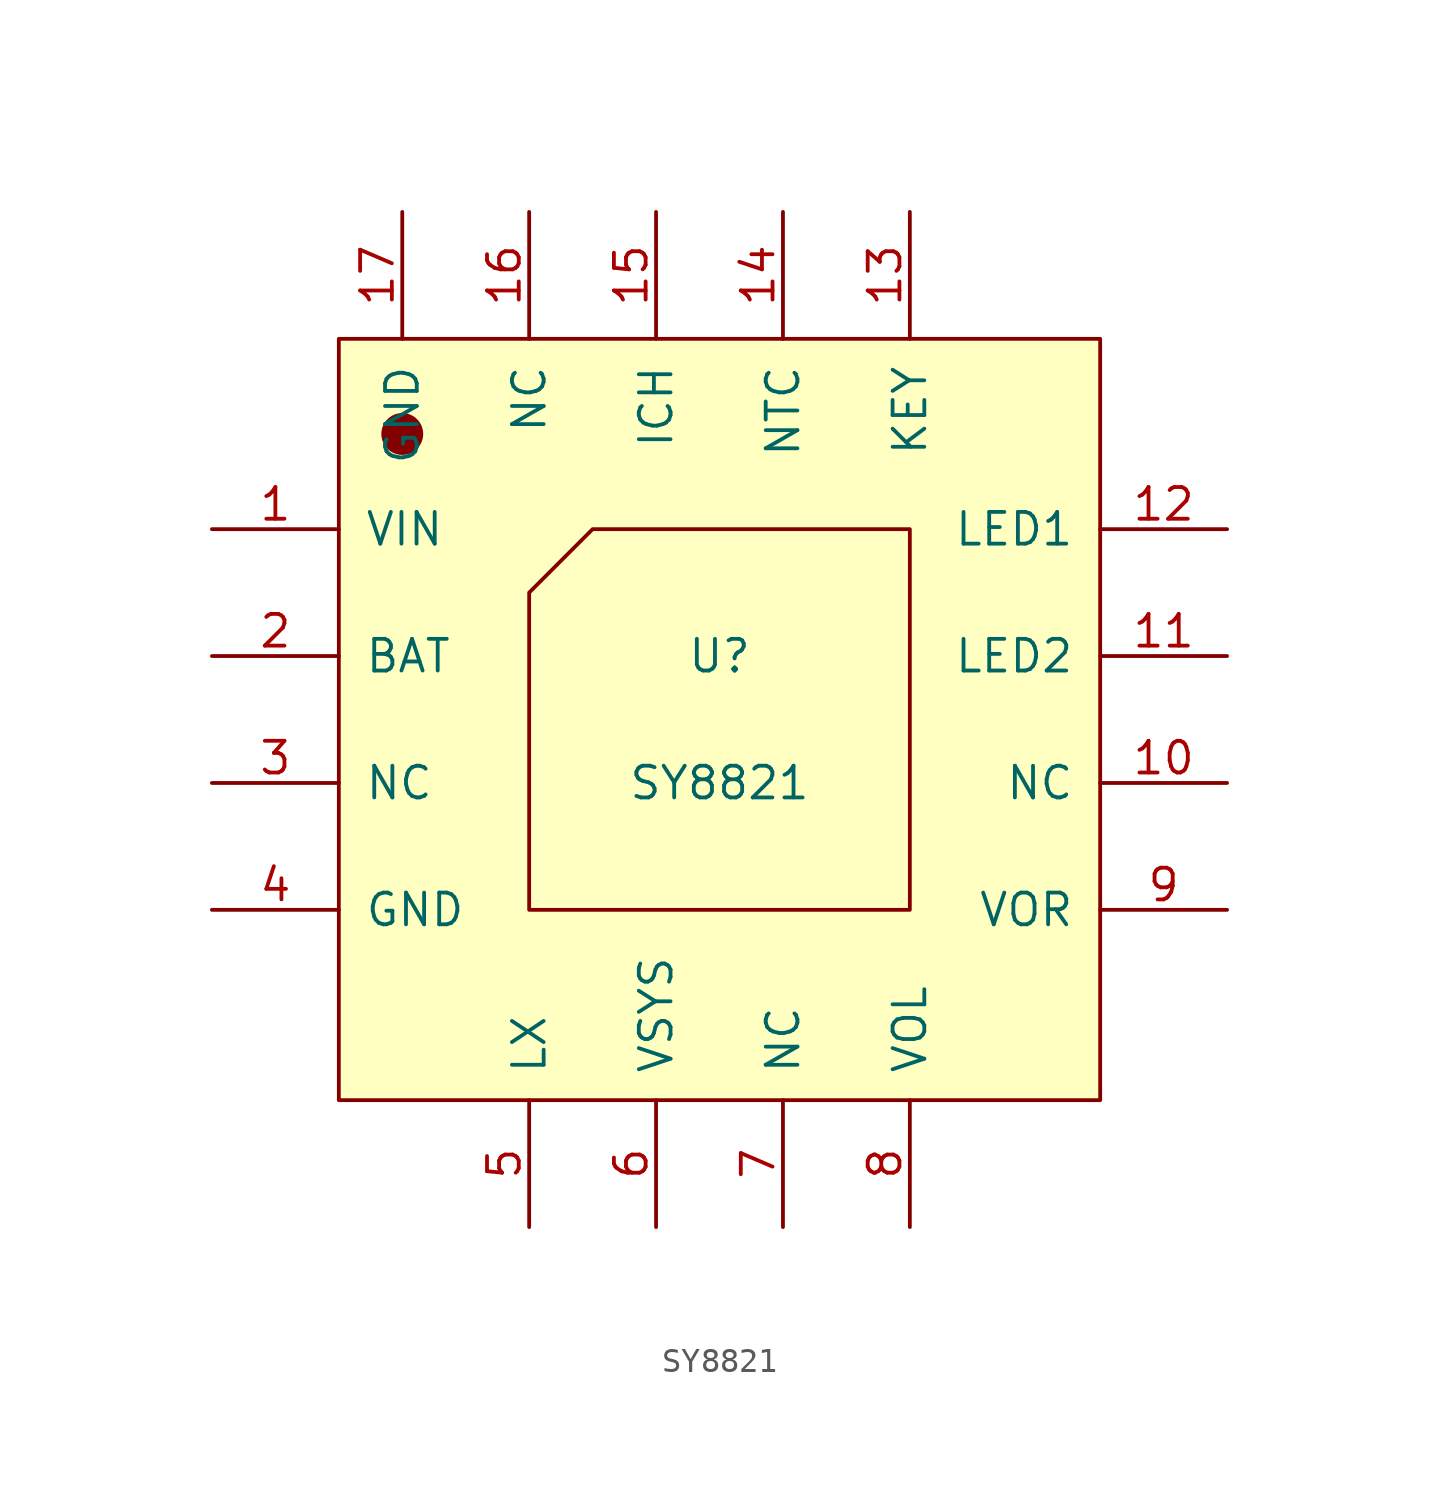
<source format=kicad_sym>
(kicad_symbol_lib
  (version 20220914)
  (generator kicad_symbol_editor)
  (symbol "SY8821"
    (pin_names
      (offset 1.016))
    (property "Reference" "U"
      (at 0 2.54 0)
      (effects (font (size 1.27 1.27))))
    (property "Value" "SY8821"
      (at 0 -2.54 0)
      (effects (font (size 1.27 1.27))))
    (symbol "SY8821_1_1"
      (rectangle (start -15.24 15.24) (end 15.24 -15.24) (stroke (width 0.152) (type solid)) (fill (type background)))
      (circle (center -12.7 11.43) (radius 0.762) (stroke (width 0.152) (type solid)) (fill (type outline)))
      (polyline (pts (xy -7.62 5.08) (xy -7.62 -7.62) (xy 7.62 -7.62) (xy 7.62 7.62) (xy -5.08 7.62) (xy -7.62 5.08) (xy -7.62 5.08) (xy -7.62 5.08)) (stroke (width 0.152) (type solid)) (fill (type none)))
      (pin input line (at -20.32 7.62 0) (length 5.08) (name "VIN" (effects (font (size 1.27 1.27)))) (number "1" (effects (font (size 1.27 1.27)))))
      (pin input line (at 20.32 -2.54 180) (length 5.08) (name "NC" (effects (font (size 1.27 1.27)))) (number "10" (effects (font (size 1.27 1.27)))))
      (pin input line (at 20.32 2.54 180) (length 5.08) (name "LED2" (effects (font (size 1.27 1.27)))) (number "11" (effects (font (size 1.27 1.27)))))
      (pin input line (at 20.32 7.62 180) (length 5.08) (name "LED1" (effects (font (size 1.27 1.27)))) (number "12" (effects (font (size 1.27 1.27)))))
      (pin input line (at 7.62 20.32 270) (length 5.08) (name "KEY" (effects (font (size 1.27 1.27)))) (number "13" (effects (font (size 1.27 1.27)))))
      (pin input line (at 2.54 20.32 270) (length 5.08) (name "NTC" (effects (font (size 1.27 1.27)))) (number "14" (effects (font (size 1.27 1.27)))))
      (pin input line (at -2.54 20.32 270) (length 5.08) (name "ICH" (effects (font (size 1.27 1.27)))) (number "15" (effects (font (size 1.27 1.27)))))
      (pin input line (at -7.62 20.32 270) (length 5.08) (name "NC" (effects (font (size 1.27 1.27)))) (number "16" (effects (font (size 1.27 1.27)))))
      (pin input line (at -12.7 20.32 270) (length 5.08) (name "GND" (effects (font (size 1.27 1.27)))) (number "17" (effects (font (size 1.27 1.27)))))
      (pin input line (at -20.32 2.54 0) (length 5.08) (name "BAT" (effects (font (size 1.27 1.27)))) (number "2" (effects (font (size 1.27 1.27)))))
      (pin input line (at -20.32 -2.54 0) (length 5.08) (name "NC" (effects (font (size 1.27 1.27)))) (number "3" (effects (font (size 1.27 1.27)))))
      (pin input line (at -20.32 -7.62 0) (length 5.08) (name "GND" (effects (font (size 1.27 1.27)))) (number "4" (effects (font (size 1.27 1.27)))))
      (pin input line (at -7.62 -20.32 90) (length 5.08) (name "LX" (effects (font (size 1.27 1.27)))) (number "5" (effects (font (size 1.27 1.27)))))
      (pin input line (at -2.54 -20.32 90) (length 5.08) (name "VSYS" (effects (font (size 1.27 1.27)))) (number "6" (effects (font (size 1.27 1.27)))))
      (pin input line (at 2.54 -20.32 90) (length 5.08) (name "NC" (effects (font (size 1.27 1.27)))) (number "7" (effects (font (size 1.27 1.27)))))
      (pin input line (at 7.62 -20.32 90) (length 5.08) (name "VOL" (effects (font (size 1.27 1.27)))) (number "8" (effects (font (size 1.27 1.27)))))
      (pin input line (at 20.32 -7.62 180) (length 5.08) (name "VOR" (effects (font (size 1.27 1.27)))) (number "9" (effects (font (size 1.27 1.27))))))))
</source>
